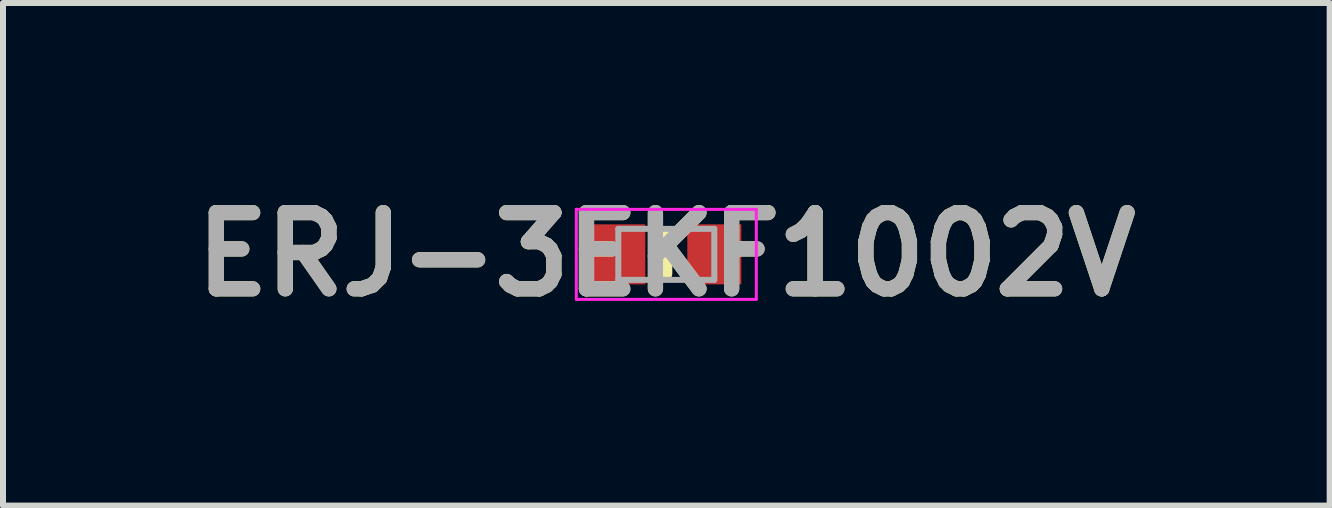
<source format=kicad_pcb>
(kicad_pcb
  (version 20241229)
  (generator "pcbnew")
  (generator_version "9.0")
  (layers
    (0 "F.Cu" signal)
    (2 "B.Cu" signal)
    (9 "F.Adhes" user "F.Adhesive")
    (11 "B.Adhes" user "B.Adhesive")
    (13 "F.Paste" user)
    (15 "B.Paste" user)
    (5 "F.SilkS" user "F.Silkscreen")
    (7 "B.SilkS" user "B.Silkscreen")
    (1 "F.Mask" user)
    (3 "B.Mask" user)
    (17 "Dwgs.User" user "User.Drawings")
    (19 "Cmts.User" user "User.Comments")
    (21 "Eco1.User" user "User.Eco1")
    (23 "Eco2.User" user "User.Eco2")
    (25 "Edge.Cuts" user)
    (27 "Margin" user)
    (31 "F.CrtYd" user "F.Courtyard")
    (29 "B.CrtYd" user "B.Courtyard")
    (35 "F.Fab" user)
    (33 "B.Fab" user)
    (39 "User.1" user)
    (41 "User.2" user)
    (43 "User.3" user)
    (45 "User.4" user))
  (footprint "ERJ-3EKF1002V"
    (layer "F.Cu")
    (at 8.055 1.189)
    (property "Reference" "ERJ-3EKF1002V" (at 0 0 0) (layer "F.SilkS") (effects (font (size 1.27 1.27) (thickness 0.254))))
    (attr smd)
    (fp_line (start 0 -0.325) (end 0 0.325) (stroke (width 0.2) (type solid)) (layer "F.SilkS"))
    (fp_line (start -1.5 -0.75) (end 1.5 -0.75) (stroke (width 0.05) (type solid)) (layer "F.CrtYd"))
    (fp_line (start -1.5 0.75) (end -1.5 -0.75) (stroke (width 0.05) (type solid)) (layer "F.CrtYd"))
    (fp_line (start 1.5 -0.75) (end 1.5 0.75) (stroke (width 0.05) (type solid)) (layer "F.CrtYd"))
    (fp_line (start 1.5 0.75) (end -1.5 0.75) (stroke (width 0.05) (type solid)) (layer "F.CrtYd"))
    (fp_line (start -0.8 -0.425) (end 0.8 -0.425) (stroke (width 0.1) (type solid)) (layer "F.Fab"))
    (fp_line (start -0.8 0.425) (end -0.8 -0.425) (stroke (width 0.1) (type solid)) (layer "F.Fab"))
    (fp_line (start 0.8 -0.425) (end 0.8 0.425) (stroke (width 0.1) (type solid)) (layer "F.Fab"))
    (fp_line (start 0.8 0.425) (end -0.8 0.425) (stroke (width 0.1) (type solid)) (layer "F.Fab"))
    (fp_text user "${REFERENCE}" (at 0 0 0) (layer "F.Fab") (effects (font (size 1.27 1.27) (thickness 0.254))))
    (pad "1" smd rect (at -0.8 0) (size 0.9 1) (layers "F.Cu" "F.Mask" "F.Paste"))
    (pad "2" smd rect (at 0.8 0) (size 0.9 1) (layers "F.Cu" "F.Mask" "F.Paste")))
  (gr_rect
    (start -3 -3)
    (end 19.111 5.377)
    (stroke (width 0.1) (type default))
    (fill no)
    (layer "Edge.Cuts")))
</source>
